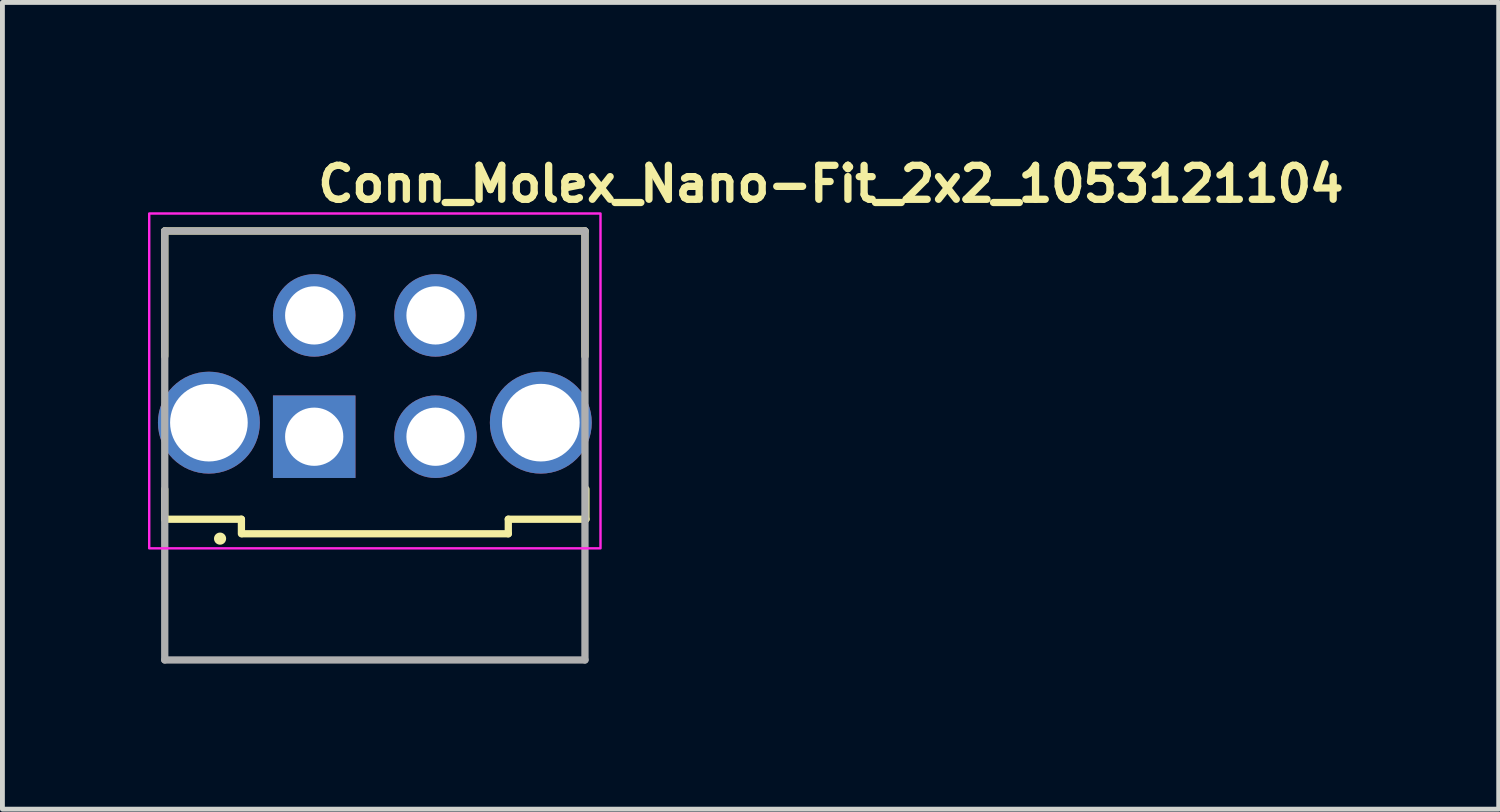
<source format=kicad_pcb>
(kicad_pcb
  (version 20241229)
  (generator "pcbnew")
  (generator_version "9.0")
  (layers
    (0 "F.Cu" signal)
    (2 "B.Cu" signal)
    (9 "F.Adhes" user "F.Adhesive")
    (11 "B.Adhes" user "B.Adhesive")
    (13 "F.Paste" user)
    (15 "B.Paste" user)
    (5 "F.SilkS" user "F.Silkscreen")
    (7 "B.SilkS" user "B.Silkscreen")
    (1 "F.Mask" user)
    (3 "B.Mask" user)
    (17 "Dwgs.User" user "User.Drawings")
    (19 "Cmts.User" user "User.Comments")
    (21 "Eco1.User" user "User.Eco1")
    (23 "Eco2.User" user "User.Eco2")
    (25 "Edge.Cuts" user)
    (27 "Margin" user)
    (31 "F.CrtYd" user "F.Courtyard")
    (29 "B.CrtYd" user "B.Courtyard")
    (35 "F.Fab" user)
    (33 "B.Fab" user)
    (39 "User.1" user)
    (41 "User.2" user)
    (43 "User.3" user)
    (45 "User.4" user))
  (footprint "Conn_Molex_Nano-Fit_2x2_1053121104"
    (layer "F.Cu")
    (at 3.425 5.95)
    (property "Reference" "Conn_Molex_Nano-Fit_2x2_1053121104" (at 0 -4.8 0) (layer "F.SilkS") (effects (font (size 0.7 0.7) (thickness 0.15)) (justify left bottom)))
    (attr through_hole)
    (fp_line (start -3.08 -4.24) (end 5.58 -4.24) (stroke (width 0.15) (type solid)) (layer "F.SilkS"))
    (fp_line (start -3.08 -1.659) (end -3.08 -4.24) (stroke (width 0.15) (type solid)) (layer "F.SilkS"))
    (fp_line (start -3.08 1.7) (end -3.08 1.08) (stroke (width 0.15) (type solid)) (layer "F.SilkS"))
    (fp_line (start -3.08 1.7) (end -1.5 1.7) (stroke (width 0.15) (type solid)) (layer "F.SilkS"))
    (fp_line (start -1.5 1.7) (end -1.5 2) (stroke (width 0.15) (type solid)) (layer "F.SilkS"))
    (fp_line (start -1.48 2) (end 4 2) (stroke (width 0.15) (type solid)) (layer "F.SilkS"))
    (fp_line (start 4 1.7) (end 4 2) (stroke (width 0.15) (type solid)) (layer "F.SilkS"))
    (fp_line (start 4 1.7) (end 5.6 1.7) (stroke (width 0.15) (type solid)) (layer "F.SilkS"))
    (fp_line (start 5.58 -4.24) (end 5.58 -1.659) (stroke (width 0.15) (type solid)) (layer "F.SilkS"))
    (fp_line (start 5.6 1.08) (end 5.6 1.7) (stroke (width 0.15) (type solid)) (layer "F.SilkS"))
    (fp_circle (center -1.94 2.1) (end -1.89 2.1) (stroke (width 0.15) (type solid)) (fill yes) (layer "F.SilkS"))
    (fp_rect (start -3.4 -4.6) (end 5.9 2.3) (stroke (width 0.05) (type solid)) (fill no) (layer "F.CrtYd"))
    (fp_line (start -3.08 -4.24) (end 5.58 -4.24) (stroke (width 0.15) (type solid)) (layer "F.Fab"))
    (fp_line (start -3.08 4.6) (end -3.08 -4.24) (stroke (width 0.15) (type solid)) (layer "F.Fab"))
    (fp_line (start 5.58 -4.24) (end 5.58 4.6) (stroke (width 0.15) (type solid)) (layer "F.Fab"))
    (fp_line (start 5.58 4.6) (end -3.08 4.6) (stroke (width 0.15) (type solid)) (layer "F.Fab"))
    (fp_rect (start -3.08 -4.24) (end 5.58 4.6) (stroke (width 0.1) (type solid)) (fill no) (layer "User.5"))
    (fp_line (start -3.08 -2.36) (end -3.08 -2.96) (stroke (width 0.02) (type solid)) (layer "User.9"))
    (fp_line (start -3.08 -2.36) (end -3.08 1.139) (stroke (width 0.02) (type solid)) (layer "User.9"))
    (fp_line (start -3.08 1.74) (end -3.08 1.139) (stroke (width 0.02) (type solid)) (layer "User.9"))
    (fp_line (start -1.72 -4.24) (end -1.72 1.74) (stroke (width 0.02) (type solid)) (layer "User.9"))
    (fp_line (start -1.72 -2.96) (end -3.08 -2.96) (stroke (width 0.02) (type solid)) (layer "User.9"))
    (fp_line (start -1.72 -2.36) (end -3.08 -2.36) (stroke (width 0.02) (type solid)) (layer "User.9"))
    (fp_line (start -1.72 1.139) (end -3.08 1.139) (stroke (width 0.02) (type solid)) (layer "User.9"))
    (fp_line (start -1.72 1.74) (end -3.08 1.74) (stroke (width 0.02) (type solid)) (layer "User.9"))
    (fp_line (start -1.35 1.74) (end -1.72 1.74) (stroke (width 0.02) (type solid)) (layer "User.9"))
    (fp_line (start -1.35 2.56) (end -1.35 1.74) (stroke (width 0.02) (type solid)) (layer "User.9"))
    (fp_line (start -1.35 4.019) (end -1.35 2.56) (stroke (width 0.02) (type solid)) (layer "User.9"))
    (fp_line (start -1.35 4.4) (end -1.35 4.019) (stroke (width 0.02) (type solid)) (layer "User.9"))
    (fp_line (start -1.35 4.4) (end -1.349 4.41) (stroke (width 0.02) (type solid)) (layer "User.9"))
    (fp_line (start -1.349 4.41) (end -1.348 4.42) (stroke (width 0.02) (type solid)) (layer "User.9"))
    (fp_line (start -1.348 4.42) (end -1.347 4.43) (stroke (width 0.02) (type solid)) (layer "User.9"))
    (fp_line (start -1.347 4.43) (end -1.345 4.44) (stroke (width 0.02) (type solid)) (layer "User.9"))
    (fp_line (start -1.345 4.44) (end -1.343 4.449) (stroke (width 0.02) (type solid)) (layer "User.9"))
    (fp_line (start -1.343 4.449) (end -1.341 4.459) (stroke (width 0.02) (type solid)) (layer "User.9"))
    (fp_line (start -1.341 4.459) (end -1.337 4.468) (stroke (width 0.02) (type solid)) (layer "User.9"))
    (fp_line (start -1.337 4.468) (end -1.334 4.477) (stroke (width 0.02) (type solid)) (layer "User.9"))
    (fp_line (start -1.334 4.477) (end -1.33 4.486) (stroke (width 0.02) (type solid)) (layer "User.9"))
    (fp_line (start -1.33 4.486) (end -1.325 4.495) (stroke (width 0.02) (type solid)) (layer "User.9"))
    (fp_line (start -1.325 4.495) (end -1.321 4.503) (stroke (width 0.02) (type solid)) (layer "User.9"))
    (fp_line (start -1.321 4.503) (end -1.315 4.511) (stroke (width 0.02) (type solid)) (layer "User.9"))
    (fp_line (start -1.315 4.511) (end -1.31 4.519) (stroke (width 0.02) (type solid)) (layer "User.9"))
    (fp_line (start -1.31 4.519) (end -1.304 4.527) (stroke (width 0.02) (type solid)) (layer "User.9"))
    (fp_line (start -1.304 4.527) (end -1.298 4.534) (stroke (width 0.02) (type solid)) (layer "User.9"))
    (fp_line (start -1.298 4.534) (end -1.291 4.541) (stroke (width 0.02) (type solid)) (layer "User.9"))
    (fp_line (start -1.291 4.541) (end -1.284 4.548) (stroke (width 0.02) (type solid)) (layer "User.9"))
    (fp_line (start -1.284 4.548) (end -1.277 4.554) (stroke (width 0.02) (type solid)) (layer "User.9"))
    (fp_line (start -1.277 4.554) (end -1.269 4.56) (stroke (width 0.02) (type solid)) (layer "User.9"))
    (fp_line (start -1.269 4.56) (end -1.261 4.565) (stroke (width 0.02) (type solid)) (layer "User.9"))
    (fp_line (start -1.261 4.565) (end -1.253 4.571) (stroke (width 0.02) (type solid)) (layer "User.9"))
    (fp_line (start -1.253 4.571) (end -1.245 4.575) (stroke (width 0.02) (type solid)) (layer "User.9"))
    (fp_line (start -1.245 4.575) (end -1.236 4.58) (stroke (width 0.02) (type solid)) (layer "User.9"))
    (fp_line (start -1.236 4.58) (end -1.227 4.584) (stroke (width 0.02) (type solid)) (layer "User.9"))
    (fp_line (start -1.227 4.584) (end -1.218 4.587) (stroke (width 0.02) (type solid)) (layer "User.9"))
    (fp_line (start -1.218 4.587) (end -1.209 4.591) (stroke (width 0.02) (type solid)) (layer "User.9"))
    (fp_line (start -1.209 4.591) (end -1.199 4.593) (stroke (width 0.02) (type solid)) (layer "User.9"))
    (fp_line (start -1.199 4.593) (end -1.19 4.595) (stroke (width 0.02) (type solid)) (layer "User.9"))
    (fp_line (start -1.19 4.595) (end -1.18 4.597) (stroke (width 0.02) (type solid)) (layer "User.9"))
    (fp_line (start -1.18 4.597) (end -1.17 4.598) (stroke (width 0.02) (type solid)) (layer "User.9"))
    (fp_line (start -1.17 4.598) (end -1.16 4.599) (stroke (width 0.02) (type solid)) (layer "User.9"))
    (fp_line (start -1.16 4.599) (end -1.15 4.6) (stroke (width 0.02) (type solid)) (layer "User.9"))
    (fp_line (start -1.11 -1.405) (end -0.4 -1.405) (stroke (width 0.02) (type solid)) (layer "User.9"))
    (fp_line (start -1.11 -1.095) (end -0.4 -1.095) (stroke (width 0.02) (type solid)) (layer "User.9"))
    (fp_line (start -1.11 1.095) (end -1.11 -3.595) (stroke (width 0.02) (type solid)) (layer "User.9"))
    (fp_line (start -1.11 1.095) (end -0.949 1.095) (stroke (width 0.02) (type solid)) (layer "User.9"))
    (fp_line (start -0.949 2.56) (end -1.35 2.56) (stroke (width 0.02) (type solid)) (layer "User.9"))
    (fp_line (start -0.949 2.56) (end -0.949 1.095) (stroke (width 0.02) (type solid)) (layer "User.9"))
    (fp_line (start -0.949 2.56) (end -0.949 3.75) (stroke (width 0.02) (type solid)) (layer "User.9"))
    (fp_line (start -0.949 3.75) (end 3.45 3.75) (stroke (width 0.02) (type solid)) (layer "User.9"))
    (fp_line (start -0.4 -1.095) (end -0.4 -1.405) (stroke (width 0.02) (type solid)) (layer "User.9"))
    (fp_line (start -0.317 -2.817) (end 0.317 -2.817) (stroke (width 0.02) (type solid)) (layer "User.9"))
    (fp_line (start -0.317 -2.182) (end -0.317 -2.817) (stroke (width 0.02) (type solid)) (layer "User.9"))
    (fp_line (start -0.317 -2.182) (end 0.317 -2.182) (stroke (width 0.02) (type solid)) (layer "User.9"))
    (fp_line (start -0.317 -0.317) (end -0.167 -0.167) (stroke (width 0.02) (type solid)) (layer "User.9"))
    (fp_line (start -0.317 -0.317) (end 0.317 -0.317) (stroke (width 0.02) (type solid)) (layer "User.9"))
    (fp_line (start -0.317 0.317) (end -0.317 -0.317) (stroke (width 0.02) (type solid)) (layer "User.9"))
    (fp_line (start -0.317 0.317) (end 0.317 0.317) (stroke (width 0.02) (type solid)) (layer "User.9"))
    (fp_line (start -0.167 -2.667) (end -0.317 -2.817) (stroke (width 0.02) (type solid)) (layer "User.9"))
    (fp_line (start -0.167 -2.667) (end 0.167 -2.667) (stroke (width 0.02) (type solid)) (layer "User.9"))
    (fp_line (start -0.167 -2.332) (end -0.317 -2.182) (stroke (width 0.02) (type solid)) (layer "User.9"))
    (fp_line (start -0.167 -2.332) (end -0.167 -2.667) (stroke (width 0.02) (type solid)) (layer "User.9"))
    (fp_line (start -0.167 -2.332) (end 0.167 -2.332) (stroke (width 0.02) (type solid)) (layer "User.9"))
    (fp_line (start -0.167 -0.167) (end 0.167 -0.167) (stroke (width 0.02) (type solid)) (layer "User.9"))
    (fp_line (start -0.167 0.167) (end -0.317 0.317) (stroke (width 0.02) (type solid)) (layer "User.9"))
    (fp_line (start -0.167 0.167) (end -0.167 -0.167) (stroke (width 0.02) (type solid)) (layer "User.9"))
    (fp_line (start -0.167 0.167) (end 0.167 0.167) (stroke (width 0.02) (type solid)) (layer "User.9"))
    (fp_line (start -0.08 1.095) (end -0.949 1.095) (stroke (width 0.02) (type solid)) (layer "User.9"))
    (fp_line (start -0.08 1.095) (end 1.11 1.095) (stroke (width 0.02) (type solid)) (layer "User.9"))
    (fp_line (start -0.08 1.375) (end -0.08 1.095) (stroke (width 0.02) (type solid)) (layer "User.9"))
    (fp_line (start 0.167 -2.667) (end 0.167 -2.332) (stroke (width 0.02) (type solid)) (layer "User.9"))
    (fp_line (start 0.167 -2.667) (end 0.317 -2.817) (stroke (width 0.02) (type solid)) (layer "User.9"))
    (fp_line (start 0.167 -2.332) (end 0.317 -2.182) (stroke (width 0.02) (type solid)) (layer "User.9"))
    (fp_line (start 0.167 -0.167) (end 0.167 0.167) (stroke (width 0.02) (type solid)) (layer "User.9"))
    (fp_line (start 0.167 -0.167) (end 0.317 -0.317) (stroke (width 0.02) (type solid)) (layer "User.9"))
    (fp_line (start 0.2 -1.405) (end -0.4 -1.405) (stroke (width 0.02) (type solid)) (layer "User.9"))
    (fp_line (start 0.2 -1.405) (end 0.2 -1.095) (stroke (width 0.02) (type solid)) (layer "User.9"))
    (fp_line (start 0.2 -1.405) (end 1.11 -1.405) (stroke (width 0.02) (type solid)) (layer "User.9"))
    (fp_line (start 0.2 -1.095) (end -0.4 -1.095) (stroke (width 0.02) (type solid)) (layer "User.9"))
    (fp_line (start 0.317 -2.817) (end 0.317 -2.182) (stroke (width 0.02) (type solid)) (layer "User.9"))
    (fp_line (start 0.317 -0.317) (end 0.317 0.317) (stroke (width 0.02) (type solid)) (layer "User.9"))
    (fp_line (start 0.317 0.317) (end 0.167 0.167) (stroke (width 0.02) (type solid)) (layer "User.9"))
    (fp_line (start 1.11 -3.595) (end -1.11 -3.595) (stroke (width 0.02) (type solid)) (layer "User.9"))
    (fp_line (start 1.11 -1.405) (end 1.11 -3.595) (stroke (width 0.02) (type solid)) (layer "User.9"))
    (fp_line (start 1.11 -1.095) (end 0.2 -1.095) (stroke (width 0.02) (type solid)) (layer "User.9"))
    (fp_line (start 1.11 1.095) (end 1.11 -1.095) (stroke (width 0.02) (type solid)) (layer "User.9"))
    (fp_line (start 1.389 -3.595) (end 1.389 -1.405) (stroke (width 0.02) (type solid)) (layer "User.9"))
    (fp_line (start 1.389 -1.405) (end 3.61 -1.405) (stroke (width 0.02) (type solid)) (layer "User.9"))
    (fp_line (start 1.389 -1.095) (end 1.389 1.095) (stroke (width 0.02) (type solid)) (layer "User.9"))
    (fp_line (start 1.389 1.095) (end 2.58 1.095) (stroke (width 0.02) (type solid)) (layer "User.9"))
    (fp_line (start 2.182 -2.817) (end 2.817 -2.817) (stroke (width 0.02) (type solid)) (layer "User.9"))
    (fp_line (start 2.182 -2.182) (end 2.182 -2.817) (stroke (width 0.02) (type solid)) (layer "User.9"))
    (fp_line (start 2.182 -2.182) (end 2.817 -2.182) (stroke (width 0.02) (type solid)) (layer "User.9"))
    (fp_line (start 2.182 -0.317) (end 2.332 -0.167) (stroke (width 0.02) (type solid)) (layer "User.9"))
    (fp_line (start 2.182 -0.317) (end 2.817 -0.317) (stroke (width 0.02) (type solid)) (layer "User.9"))
    (fp_line (start 2.182 0.317) (end 2.182 -0.317) (stroke (width 0.02) (type solid)) (layer "User.9"))
    (fp_line (start 2.182 0.317) (end 2.817 0.317) (stroke (width 0.02) (type solid)) (layer "User.9"))
    (fp_line (start 2.332 -2.667) (end 2.182 -2.817) (stroke (width 0.02) (type solid)) (layer "User.9"))
    (fp_line (start 2.332 -2.667) (end 2.667 -2.667) (stroke (width 0.02) (type solid)) (layer "User.9"))
    (fp_line (start 2.332 -2.332) (end 2.182 -2.182) (stroke (width 0.02) (type solid)) (layer "User.9"))
    (fp_line (start 2.332 -2.332) (end 2.332 -2.667) (stroke (width 0.02) (type solid)) (layer "User.9"))
    (fp_line (start 2.332 -2.332) (end 2.667 -2.332) (stroke (width 0.02) (type solid)) (layer "User.9"))
    (fp_line (start 2.332 -0.167) (end 2.667 -0.167) (stroke (width 0.02) (type solid)) (layer "User.9"))
    (fp_line (start 2.332 0.167) (end 2.182 0.317) (stroke (width 0.02) (type solid)) (layer "User.9"))
    (fp_line (start 2.332 0.167) (end 2.332 -0.167) (stroke (width 0.02) (type solid)) (layer "User.9"))
    (fp_line (start 2.332 0.167) (end 2.667 0.167) (stroke (width 0.02) (type solid)) (layer "User.9"))
    (fp_line (start 2.58 1.095) (end 2.58 1.375) (stroke (width 0.02) (type solid)) (layer "User.9"))
    (fp_line (start 2.58 1.095) (end 3.45 1.095) (stroke (width 0.02) (type solid)) (layer "User.9"))
    (fp_line (start 2.58 1.375) (end -0.08 1.375) (stroke (width 0.02) (type solid)) (layer "User.9"))
    (fp_line (start 2.667 -2.667) (end 2.667 -2.332) (stroke (width 0.02) (type solid)) (layer "User.9"))
    (fp_line (start 2.667 -2.667) (end 2.817 -2.817) (stroke (width 0.02) (type solid)) (layer "User.9"))
    (fp_line (start 2.667 -2.332) (end 2.817 -2.182) (stroke (width 0.02) (type solid)) (layer "User.9"))
    (fp_line (start 2.667 -0.167) (end 2.667 0.167) (stroke (width 0.02) (type solid)) (layer "User.9"))
    (fp_line (start 2.667 -0.167) (end 2.817 -0.317) (stroke (width 0.02) (type solid)) (layer "User.9"))
    (fp_line (start 2.817 -2.817) (end 2.817 -2.182) (stroke (width 0.02) (type solid)) (layer "User.9"))
    (fp_line (start 2.817 -0.317) (end 2.817 0.317) (stroke (width 0.02) (type solid)) (layer "User.9"))
    (fp_line (start 2.817 0.317) (end 2.667 0.167) (stroke (width 0.02) (type solid)) (layer "User.9"))
    (fp_line (start 3.45 1.095) (end 3.61 1.095) (stroke (width 0.02) (type solid)) (layer "User.9"))
    (fp_line (start 3.45 2.56) (end 3.45 1.095) (stroke (width 0.02) (type solid)) (layer "User.9"))
    (fp_line (start 3.45 2.56) (end 3.45 3.75) (stroke (width 0.02) (type solid)) (layer "User.9"))
    (fp_line (start 3.61 -3.595) (end 1.389 -3.595) (stroke (width 0.02) (type solid)) (layer "User.9"))
    (fp_line (start 3.61 -1.405) (end 3.61 -3.595) (stroke (width 0.02) (type solid)) (layer "User.9"))
    (fp_line (start 3.61 -1.095) (end 1.389 -1.095) (stroke (width 0.02) (type solid)) (layer "User.9"))
    (fp_line (start 3.61 1.095) (end 3.61 -1.095) (stroke (width 0.02) (type solid)) (layer "User.9"))
    (fp_line (start 3.65 4.6) (end -1.15 4.6) (stroke (width 0.02) (type solid)) (layer "User.9"))
    (fp_line (start 3.65 4.6) (end 3.66 4.599) (stroke (width 0.02) (type solid)) (layer "User.9"))
    (fp_line (start 3.66 4.599) (end 3.67 4.598) (stroke (width 0.02) (type solid)) (layer "User.9"))
    (fp_line (start 3.67 4.598) (end 3.68 4.597) (stroke (width 0.02) (type solid)) (layer "User.9"))
    (fp_line (start 3.68 4.597) (end 3.69 4.595) (stroke (width 0.02) (type solid)) (layer "User.9"))
    (fp_line (start 3.69 4.595) (end 3.699 4.593) (stroke (width 0.02) (type solid)) (layer "User.9"))
    (fp_line (start 3.699 4.593) (end 3.709 4.591) (stroke (width 0.02) (type solid)) (layer "User.9"))
    (fp_line (start 3.709 4.591) (end 3.718 4.587) (stroke (width 0.02) (type solid)) (layer "User.9"))
    (fp_line (start 3.718 4.587) (end 3.727 4.584) (stroke (width 0.02) (type solid)) (layer "User.9"))
    (fp_line (start 3.727 4.584) (end 3.736 4.58) (stroke (width 0.02) (type solid)) (layer "User.9"))
    (fp_line (start 3.736 4.58) (end 3.745 4.575) (stroke (width 0.02) (type solid)) (layer "User.9"))
    (fp_line (start 3.745 4.575) (end 3.753 4.571) (stroke (width 0.02) (type solid)) (layer "User.9"))
    (fp_line (start 3.753 4.571) (end 3.761 4.565) (stroke (width 0.02) (type solid)) (layer "User.9"))
    (fp_line (start 3.761 4.565) (end 3.769 4.56) (stroke (width 0.02) (type solid)) (layer "User.9"))
    (fp_line (start 3.769 4.56) (end 3.777 4.554) (stroke (width 0.02) (type solid)) (layer "User.9"))
    (fp_line (start 3.777 4.554) (end 3.784 4.548) (stroke (width 0.02) (type solid)) (layer "User.9"))
    (fp_line (start 3.784 4.548) (end 3.791 4.541) (stroke (width 0.02) (type solid)) (layer "User.9"))
    (fp_line (start 3.791 4.541) (end 3.798 4.534) (stroke (width 0.02) (type solid)) (layer "User.9"))
    (fp_line (start 3.798 4.534) (end 3.804 4.527) (stroke (width 0.02) (type solid)) (layer "User.9"))
    (fp_line (start 3.804 4.527) (end 3.81 4.519) (stroke (width 0.02) (type solid)) (layer "User.9"))
    (fp_line (start 3.81 4.519) (end 3.815 4.511) (stroke (width 0.02) (type solid)) (layer "User.9"))
    (fp_line (start 3.815 4.511) (end 3.821 4.503) (stroke (width 0.02) (type solid)) (layer "User.9"))
    (fp_line (start 3.821 4.503) (end 3.825 4.495) (stroke (width 0.02) (type solid)) (layer "User.9"))
    (fp_line (start 3.825 4.495) (end 3.83 4.486) (stroke (width 0.02) (type solid)) (layer "User.9"))
    (fp_line (start 3.83 4.486) (end 3.834 4.477) (stroke (width 0.02) (type solid)) (layer "User.9"))
    (fp_line (start 3.834 4.477) (end 3.837 4.468) (stroke (width 0.02) (type solid)) (layer "User.9"))
    (fp_line (start 3.837 4.468) (end 3.841 4.459) (stroke (width 0.02) (type solid)) (layer "User.9"))
    (fp_line (start 3.841 4.459) (end 3.843 4.449) (stroke (width 0.02) (type solid)) (layer "User.9"))
    (fp_line (start 3.843 4.449) (end 3.845 4.44) (stroke (width 0.02) (type solid)) (layer "User.9"))
    (fp_line (start 3.845 4.44) (end 3.847 4.43) (stroke (width 0.02) (type solid)) (layer "User.9"))
    (fp_line (start 3.847 4.43) (end 3.848 4.42) (stroke (width 0.02) (type solid)) (layer "User.9"))
    (fp_line (start 3.848 4.42) (end 3.849 4.41) (stroke (width 0.02) (type solid)) (layer "User.9"))
    (fp_line (start 3.849 4.41) (end 3.85 4.4) (stroke (width 0.02) (type solid)) (layer "User.9"))
    (fp_line (start 3.85 2.56) (end 3.45 2.56) (stroke (width 0.02) (type solid)) (layer "User.9"))
    (fp_line (start 3.85 2.56) (end 3.85 1.74) (stroke (width 0.02) (type solid)) (layer "User.9"))
    (fp_line (start 3.85 4.019) (end -1.35 4.019) (stroke (width 0.02) (type solid)) (layer "User.9"))
    (fp_line (start 3.85 4.019) (end 3.85 2.56) (stroke (width 0.02) (type solid)) (layer "User.9"))
    (fp_line (start 3.85 4.4) (end 3.85 4.019) (stroke (width 0.02) (type solid)) (layer "User.9"))
    (fp_line (start 4.22 -4.24) (end -1.72 -4.24) (stroke (width 0.02) (type solid)) (layer "User.9"))
    (fp_line (start 4.22 -4.24) (end 4.22 1.74) (stroke (width 0.02) (type solid)) (layer "User.9"))
    (fp_line (start 4.22 1.74) (end 3.85 1.74) (stroke (width 0.02) (type solid)) (layer "User.9"))
    (fp_line (start 5.58 -2.96) (end 4.22 -2.96) (stroke (width 0.02) (type solid)) (layer "User.9"))
    (fp_line (start 5.58 -2.36) (end 4.22 -2.36) (stroke (width 0.02) (type solid)) (layer "User.9"))
    (fp_line (start 5.58 -2.36) (end 5.58 -2.96) (stroke (width 0.02) (type solid)) (layer "User.9"))
    (fp_line (start 5.58 -2.36) (end 5.58 1.139) (stroke (width 0.02) (type solid)) (layer "User.9"))
    (fp_line (start 5.58 1.139) (end 4.22 1.139) (stroke (width 0.02) (type solid)) (layer "User.9"))
    (fp_line (start 5.58 1.74) (end 4.22 1.74) (stroke (width 0.02) (type solid)) (layer "User.9"))
    (fp_line (start 5.58 1.74) (end 5.58 1.139) (stroke (width 0.02) (type solid)) (layer "User.9"))
    (pad "1" thru_hole rect (at 0 0) (size 1.7 1.7) (drill 1.2) (layers "*.Cu" "*.Mask"))
    (pad "2" thru_hole circle (at 2.5 0) (size 1.7 1.7) (drill 1.2) (layers "*.Cu" "*.Mask"))
    (pad "3" thru_hole circle (at 0 -2.5) (size 1.7 1.7) (drill 1.2) (layers "*.Cu" "*.Mask"))
    (pad "4" thru_hole circle (at 2.5 -2.5) (size 1.7 1.7) (drill 1.2) (layers "*.Cu" "*.Mask"))
    (pad "SH" thru_hole circle (at -2.17 -0.29) (size 2.1 2.1) (drill 1.6) (layers "*.Cu" "*.Mask"))
    (pad "SH" thru_hole circle (at 4.67 -0.29) (size 2.1 2.1) (drill 1.6) (layers "*.Cu" "*.Mask")))
  (gr_rect
    (start -3 -3)
    (end 27.835 13.625)
    (stroke (width 0.1) (type default))
    (fill no)
    (layer "Edge.Cuts")))
</source>
